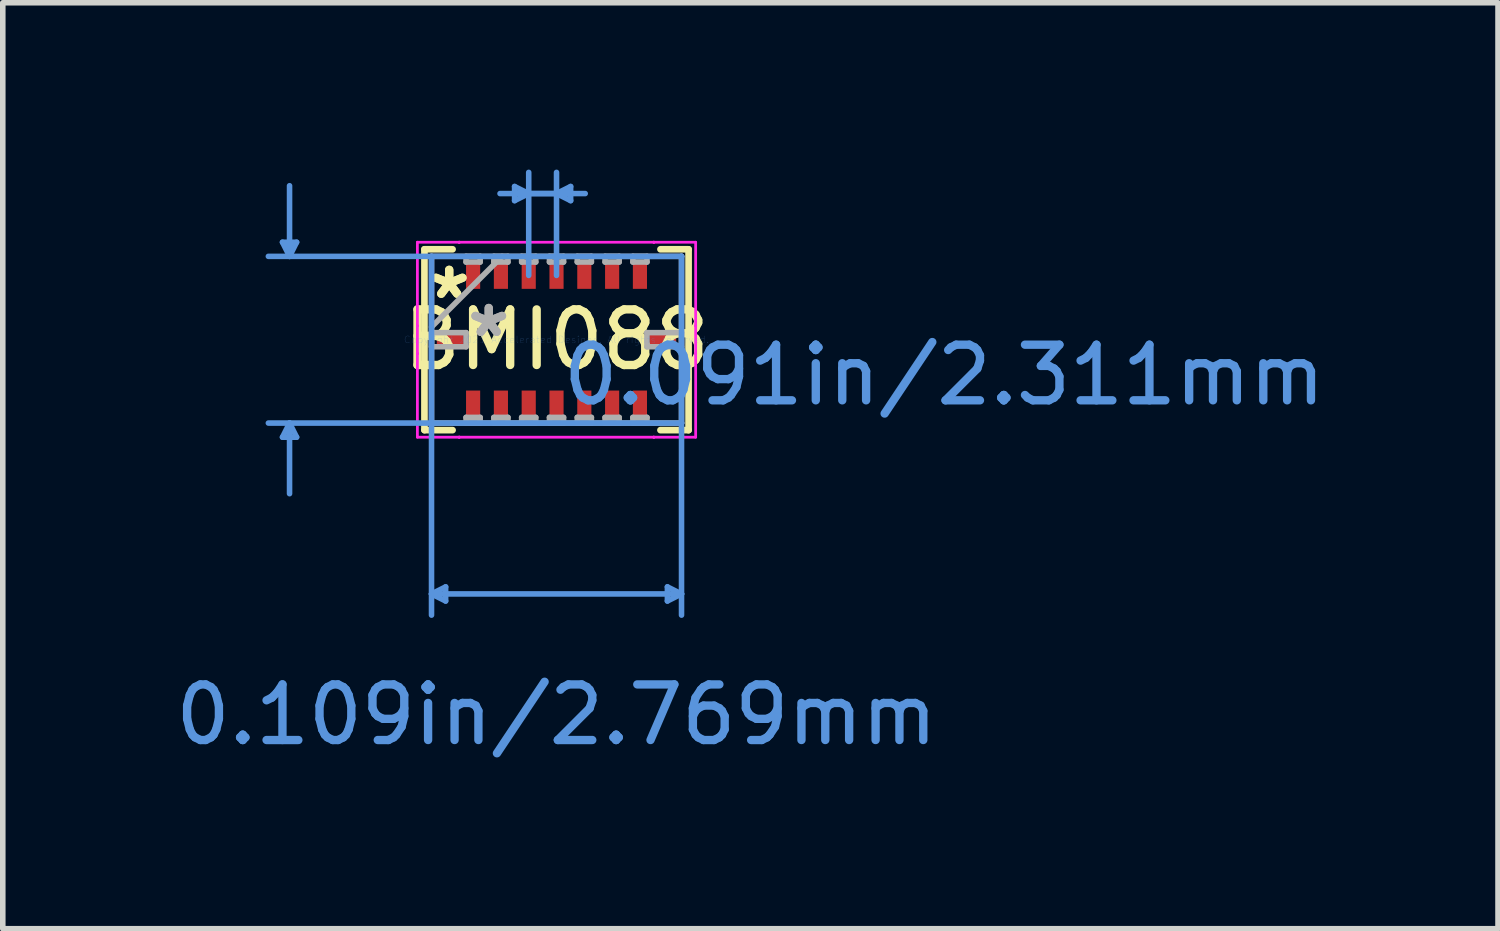
<source format=kicad_pcb>
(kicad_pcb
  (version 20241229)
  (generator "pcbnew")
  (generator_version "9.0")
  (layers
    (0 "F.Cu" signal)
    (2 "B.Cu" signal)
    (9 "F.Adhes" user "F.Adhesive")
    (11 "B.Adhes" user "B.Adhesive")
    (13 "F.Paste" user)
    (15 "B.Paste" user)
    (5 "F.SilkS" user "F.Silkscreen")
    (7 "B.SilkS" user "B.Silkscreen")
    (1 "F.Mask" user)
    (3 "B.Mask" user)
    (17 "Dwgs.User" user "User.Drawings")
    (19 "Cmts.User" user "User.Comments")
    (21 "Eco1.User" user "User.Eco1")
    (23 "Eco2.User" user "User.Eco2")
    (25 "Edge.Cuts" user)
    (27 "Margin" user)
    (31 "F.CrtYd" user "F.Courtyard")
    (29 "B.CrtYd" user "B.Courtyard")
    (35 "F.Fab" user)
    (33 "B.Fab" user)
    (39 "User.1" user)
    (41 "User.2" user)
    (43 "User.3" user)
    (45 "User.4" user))
  (footprint "BMI088"
    (layer "F.Cu")
    (at 6.958 3.059)
    (property "Reference" "BMI088" (at 0 0 0) (layer "F.SilkS") (effects (font (size 1 1) (thickness 0.15))))
    (attr through_hole)
    (fp_line (start -2.375 -1.626) (end -2.375 1.626) (stroke (width 0.12) (type solid)) (layer "F.SilkS"))
    (fp_line (start -2.375 1.626) (end -1.869 1.626) (stroke (width 0.12) (type solid)) (layer "F.SilkS"))
    (fp_line (start -1.869 -1.626) (end -2.375 -1.626) (stroke (width 0.12) (type solid)) (layer "F.SilkS"))
    (fp_line (start 1.869 1.626) (end 2.375 1.626) (stroke (width 0.12) (type solid)) (layer "F.SilkS"))
    (fp_line (start 2.375 -1.626) (end 1.869 -1.626) (stroke (width 0.12) (type solid)) (layer "F.SilkS"))
    (fp_line (start 2.375 1.626) (end 2.375 -1.626) (stroke (width 0.12) (type solid)) (layer "F.SilkS"))
    (fp_line (start -4.928 -1.753) (end -4.674 -1.753) (stroke (width 0.1) (type solid)) (layer "Cmts.User"))
    (fp_line (start -4.928 1.753) (end -4.674 1.753) (stroke (width 0.1) (type solid)) (layer "Cmts.User"))
    (fp_line (start -4.801 -1.499) (end -4.928 -1.753) (stroke (width 0.1) (type solid)) (layer "Cmts.User"))
    (fp_line (start -4.801 -1.499) (end -4.801 -2.769) (stroke (width 0.1) (type solid)) (layer "Cmts.User"))
    (fp_line (start -4.801 -1.499) (end -4.674 -1.753) (stroke (width 0.1) (type solid)) (layer "Cmts.User"))
    (fp_line (start -4.801 1.499) (end -4.928 1.753) (stroke (width 0.1) (type solid)) (layer "Cmts.User"))
    (fp_line (start -4.801 1.499) (end -4.801 2.769) (stroke (width 0.1) (type solid)) (layer "Cmts.User"))
    (fp_line (start -4.801 1.499) (end -4.674 1.753) (stroke (width 0.1) (type solid)) (layer "Cmts.User"))
    (fp_line (start -2.248 -1.499) (end -2.248 4.953) (stroke (width 0.1) (type solid)) (layer "Cmts.User"))
    (fp_line (start -2.248 4.572) (end -1.994 4.445) (stroke (width 0.1) (type solid)) (layer "Cmts.User"))
    (fp_line (start -2.248 4.572) (end -1.994 4.699) (stroke (width 0.1) (type solid)) (layer "Cmts.User"))
    (fp_line (start -2.248 4.572) (end 2.248 4.572) (stroke (width 0.1) (type solid)) (layer "Cmts.User"))
    (fp_line (start -1.994 4.445) (end -1.994 4.699) (stroke (width 0.1) (type solid)) (layer "Cmts.User"))
    (fp_line (start -1.016 -2.628) (end -0.000005 -2.628) (stroke (width 0.1) (type solid)) (layer "Cmts.User"))
    (fp_line (start -0.754 -2.755) (end -0.754 -2.501) (stroke (width 0.1) (type solid)) (layer "Cmts.User"))
    (fp_line (start -0.754 -2.755) (end -0.5 -2.628) (stroke (width 0.1) (type solid)) (layer "Cmts.User"))
    (fp_line (start -0.754 -2.501) (end -0.5 -2.628) (stroke (width 0.1) (type solid)) (layer "Cmts.User"))
    (fp_line (start -0.5 -1.156) (end -0.5 -3.009) (stroke (width 0.1) (type solid)) (layer "Cmts.User"))
    (fp_line (start 0 -1.156) (end -0.000007 -3.009) (stroke (width 0.1) (type solid)) (layer "Cmts.User"))
    (fp_line (start 0.254 -2.755) (end -0.000005 -2.628) (stroke (width 0.1) (type solid)) (layer "Cmts.User"))
    (fp_line (start 0.254 -2.501) (end -0.000005 -2.628) (stroke (width 0.1) (type solid)) (layer "Cmts.User"))
    (fp_line (start 0.254 -2.501) (end 0.254 -2.755) (stroke (width 0.1) (type solid)) (layer "Cmts.User"))
    (fp_line (start 0.516 -2.628) (end -0.5 -2.628) (stroke (width 0.1) (type solid)) (layer "Cmts.User"))
    (fp_line (start 1.994 4.445) (end 1.994 4.699) (stroke (width 0.1) (type solid)) (layer "Cmts.User"))
    (fp_line (start 2.248 -1.499) (end -5.182 -1.499) (stroke (width 0.1) (type solid)) (layer "Cmts.User"))
    (fp_line (start 2.248 -1.499) (end 2.248 4.953) (stroke (width 0.1) (type solid)) (layer "Cmts.User"))
    (fp_line (start 2.248 1.499) (end -5.182 1.499) (stroke (width 0.1) (type solid)) (layer "Cmts.User"))
    (fp_line (start 2.248 4.572) (end 1.994 4.445) (stroke (width 0.1) (type solid)) (layer "Cmts.User"))
    (fp_line (start 2.248 4.572) (end 1.994 4.699) (stroke (width 0.1) (type solid)) (layer "Cmts.User"))
    (fp_line (start -2.502 -1.753) (end -1.75 -1.753) (stroke (width 0.05) (type solid)) (layer "F.CrtYd"))
    (fp_line (start -2.502 -0.25) (end -2.502 -1.753) (stroke (width 0.05) (type solid)) (layer "F.CrtYd"))
    (fp_line (start -2.502 -0.25) (end -2.502 -0.25) (stroke (width 0.05) (type solid)) (layer "F.CrtYd"))
    (fp_line (start -2.502 0.25) (end -2.502 -0.25) (stroke (width 0.05) (type solid)) (layer "F.CrtYd"))
    (fp_line (start -2.502 0.25) (end -2.502 0.25) (stroke (width 0.05) (type solid)) (layer "F.CrtYd"))
    (fp_line (start -2.502 0.25) (end -2.502 0.25) (stroke (width 0.05) (type solid)) (layer "F.CrtYd"))
    (fp_line (start -2.502 1.753) (end -2.502 0.25) (stroke (width 0.05) (type solid)) (layer "F.CrtYd"))
    (fp_line (start -1.75 -1.753) (end -1.75 -1.753) (stroke (width 0.05) (type solid)) (layer "F.CrtYd"))
    (fp_line (start -1.75 -1.753) (end -1.75 -1.753) (stroke (width 0.05) (type solid)) (layer "F.CrtYd"))
    (fp_line (start -1.75 -1.753) (end 1.75 -1.753) (stroke (width 0.05) (type solid)) (layer "F.CrtYd"))
    (fp_line (start -1.75 1.753) (end -2.502 1.753) (stroke (width 0.05) (type solid)) (layer "F.CrtYd"))
    (fp_line (start -1.75 1.753) (end -1.75 1.753) (stroke (width 0.05) (type solid)) (layer "F.CrtYd"))
    (fp_line (start -1.75 1.753) (end -1.75 1.753) (stroke (width 0.05) (type solid)) (layer "F.CrtYd"))
    (fp_line (start 1.75 -1.753) (end 1.75 -1.753) (stroke (width 0.05) (type solid)) (layer "F.CrtYd"))
    (fp_line (start 1.75 -1.753) (end 1.75 -1.753) (stroke (width 0.05) (type solid)) (layer "F.CrtYd"))
    (fp_line (start 1.75 -1.753) (end 2.502 -1.753) (stroke (width 0.05) (type solid)) (layer "F.CrtYd"))
    (fp_line (start 1.75 1.753) (end -1.75 1.753) (stroke (width 0.05) (type solid)) (layer "F.CrtYd"))
    (fp_line (start 1.75 1.753) (end 1.75 1.753) (stroke (width 0.05) (type solid)) (layer "F.CrtYd"))
    (fp_line (start 1.75 1.753) (end 1.75 1.753) (stroke (width 0.05) (type solid)) (layer "F.CrtYd"))
    (fp_line (start 2.502 -1.753) (end 2.502 -0.25) (stroke (width 0.05) (type solid)) (layer "F.CrtYd"))
    (fp_line (start 2.502 -0.25) (end 2.502 -0.25) (stroke (width 0.05) (type solid)) (layer "F.CrtYd"))
    (fp_line (start 2.502 -0.25) (end 2.502 -0.25) (stroke (width 0.05) (type solid)) (layer "F.CrtYd"))
    (fp_line (start 2.502 -0.25) (end 2.502 0.25) (stroke (width 0.05) (type solid)) (layer "F.CrtYd"))
    (fp_line (start 2.502 0.25) (end 2.502 0.25) (stroke (width 0.05) (type solid)) (layer "F.CrtYd"))
    (fp_line (start 2.502 0.25) (end 2.502 0.25) (stroke (width 0.05) (type solid)) (layer "F.CrtYd"))
    (fp_line (start 2.502 0.25) (end 2.502 1.753) (stroke (width 0.05) (type solid)) (layer "F.CrtYd"))
    (fp_line (start 2.502 1.753) (end 1.75 1.753) (stroke (width 0.05) (type solid)) (layer "F.CrtYd"))
    (fp_line (start -2.248 -1.499) (end -2.248 -1.499) (stroke (width 0.1) (type solid)) (layer "F.Fab"))
    (fp_line (start -2.248 -1.499) (end -2.248 1.499) (stroke (width 0.1) (type solid)) (layer "F.Fab"))
    (fp_line (start -2.248 -0.229) (end -0.978 -1.499) (stroke (width 0.1) (type solid)) (layer "F.Fab"))
    (fp_line (start -2.248 -0.127) (end -1.626 -0.127) (stroke (width 0.1) (type solid)) (layer "F.Fab"))
    (fp_line (start -2.248 0.127) (end -2.248 -0.127) (stroke (width 0.1) (type solid)) (layer "F.Fab"))
    (fp_line (start -2.248 1.499) (end -2.248 1.499) (stroke (width 0.1) (type solid)) (layer "F.Fab"))
    (fp_line (start -2.248 1.499) (end 2.248 1.499) (stroke (width 0.1) (type solid)) (layer "F.Fab"))
    (fp_line (start -1.627 -1.499) (end -1.373 -1.499) (stroke (width 0.1) (type solid)) (layer "F.Fab"))
    (fp_line (start -1.627 -1.397) (end -1.627 -1.499) (stroke (width 0.1) (type solid)) (layer "F.Fab"))
    (fp_line (start -1.627 1.397) (end -1.373 1.397) (stroke (width 0.1) (type solid)) (layer "F.Fab"))
    (fp_line (start -1.627 1.499) (end -1.627 1.397) (stroke (width 0.1) (type solid)) (layer "F.Fab"))
    (fp_line (start -1.626 -0.127) (end -1.626 0.127) (stroke (width 0.1) (type solid)) (layer "F.Fab"))
    (fp_line (start -1.626 0.127) (end -2.248 0.127) (stroke (width 0.1) (type solid)) (layer "F.Fab"))
    (fp_line (start -1.373 -1.499) (end -1.373 -1.397) (stroke (width 0.1) (type solid)) (layer "F.Fab"))
    (fp_line (start -1.373 -1.397) (end -1.627 -1.397) (stroke (width 0.1) (type solid)) (layer "F.Fab"))
    (fp_line (start -1.373 1.397) (end -1.373 1.499) (stroke (width 0.1) (type solid)) (layer "F.Fab"))
    (fp_line (start -1.373 1.499) (end -1.627 1.499) (stroke (width 0.1) (type solid)) (layer "F.Fab"))
    (fp_line (start -1.127 -1.499) (end -0.873 -1.499) (stroke (width 0.1) (type solid)) (layer "F.Fab"))
    (fp_line (start -1.127 -1.397) (end -1.127 -1.499) (stroke (width 0.1) (type solid)) (layer "F.Fab"))
    (fp_line (start -1.127 1.397) (end -0.873 1.397) (stroke (width 0.1) (type solid)) (layer "F.Fab"))
    (fp_line (start -1.127 1.499) (end -1.127 1.397) (stroke (width 0.1) (type solid)) (layer "F.Fab"))
    (fp_line (start -0.873 -1.499) (end -0.873 -1.397) (stroke (width 0.1) (type solid)) (layer "F.Fab"))
    (fp_line (start -0.873 -1.397) (end -1.127 -1.397) (stroke (width 0.1) (type solid)) (layer "F.Fab"))
    (fp_line (start -0.873 1.397) (end -0.873 1.499) (stroke (width 0.1) (type solid)) (layer "F.Fab"))
    (fp_line (start -0.873 1.499) (end -1.127 1.499) (stroke (width 0.1) (type solid)) (layer "F.Fab"))
    (fp_line (start -0.627 -1.499) (end -0.373 -1.499) (stroke (width 0.1) (type solid)) (layer "F.Fab"))
    (fp_line (start -0.627 -1.397) (end -0.627 -1.499) (stroke (width 0.1) (type solid)) (layer "F.Fab"))
    (fp_line (start -0.627 1.397) (end -0.373 1.397) (stroke (width 0.1) (type solid)) (layer "F.Fab"))
    (fp_line (start -0.627 1.499) (end -0.627 1.397) (stroke (width 0.1) (type solid)) (layer "F.Fab"))
    (fp_line (start -0.373 -1.499) (end -0.373 -1.397) (stroke (width 0.1) (type solid)) (layer "F.Fab"))
    (fp_line (start -0.373 -1.397) (end -0.627 -1.397) (stroke (width 0.1) (type solid)) (layer "F.Fab"))
    (fp_line (start -0.373 1.397) (end -0.373 1.499) (stroke (width 0.1) (type solid)) (layer "F.Fab"))
    (fp_line (start -0.373 1.499) (end -0.627 1.499) (stroke (width 0.1) (type solid)) (layer "F.Fab"))
    (fp_line (start -0.127 -1.499) (end 0.127 -1.499) (stroke (width 0.1) (type solid)) (layer "F.Fab"))
    (fp_line (start -0.127 -1.397) (end -0.127 -1.499) (stroke (width 0.1) (type solid)) (layer "F.Fab"))
    (fp_line (start -0.127 1.397) (end 0.127 1.397) (stroke (width 0.1) (type solid)) (layer "F.Fab"))
    (fp_line (start -0.127 1.499) (end -0.127 1.397) (stroke (width 0.1) (type solid)) (layer "F.Fab"))
    (fp_line (start 0.127 -1.499) (end 0.127 -1.397) (stroke (width 0.1) (type solid)) (layer "F.Fab"))
    (fp_line (start 0.127 -1.397) (end -0.127 -1.397) (stroke (width 0.1) (type solid)) (layer "F.Fab"))
    (fp_line (start 0.127 1.397) (end 0.127 1.499) (stroke (width 0.1) (type solid)) (layer "F.Fab"))
    (fp_line (start 0.127 1.499) (end -0.127 1.499) (stroke (width 0.1) (type solid)) (layer "F.Fab"))
    (fp_line (start 0.373 -1.499) (end 0.627 -1.499) (stroke (width 0.1) (type solid)) (layer "F.Fab"))
    (fp_line (start 0.373 -1.397) (end 0.373 -1.499) (stroke (width 0.1) (type solid)) (layer "F.Fab"))
    (fp_line (start 0.373 1.397) (end 0.627 1.397) (stroke (width 0.1) (type solid)) (layer "F.Fab"))
    (fp_line (start 0.373 1.499) (end 0.373 1.397) (stroke (width 0.1) (type solid)) (layer "F.Fab"))
    (fp_line (start 0.627 -1.499) (end 0.627 -1.397) (stroke (width 0.1) (type solid)) (layer "F.Fab"))
    (fp_line (start 0.627 -1.397) (end 0.373 -1.397) (stroke (width 0.1) (type solid)) (layer "F.Fab"))
    (fp_line (start 0.627 1.397) (end 0.627 1.499) (stroke (width 0.1) (type solid)) (layer "F.Fab"))
    (fp_line (start 0.627 1.499) (end 0.373 1.499) (stroke (width 0.1) (type solid)) (layer "F.Fab"))
    (fp_line (start 0.873 -1.499) (end 1.127 -1.499) (stroke (width 0.1) (type solid)) (layer "F.Fab"))
    (fp_line (start 0.873 -1.397) (end 0.873 -1.499) (stroke (width 0.1) (type solid)) (layer "F.Fab"))
    (fp_line (start 0.873 1.397) (end 1.127 1.397) (stroke (width 0.1) (type solid)) (layer "F.Fab"))
    (fp_line (start 0.873 1.499) (end 0.873 1.397) (stroke (width 0.1) (type solid)) (layer "F.Fab"))
    (fp_line (start 1.127 -1.499) (end 1.127 -1.397) (stroke (width 0.1) (type solid)) (layer "F.Fab"))
    (fp_line (start 1.127 -1.397) (end 0.873 -1.397) (stroke (width 0.1) (type solid)) (layer "F.Fab"))
    (fp_line (start 1.127 1.397) (end 1.127 1.499) (stroke (width 0.1) (type solid)) (layer "F.Fab"))
    (fp_line (start 1.127 1.499) (end 0.873 1.499) (stroke (width 0.1) (type solid)) (layer "F.Fab"))
    (fp_line (start 1.373 -1.499) (end 1.627 -1.499) (stroke (width 0.1) (type solid)) (layer "F.Fab"))
    (fp_line (start 1.373 -1.397) (end 1.373 -1.499) (stroke (width 0.1) (type solid)) (layer "F.Fab"))
    (fp_line (start 1.373 1.397) (end 1.627 1.397) (stroke (width 0.1) (type solid)) (layer "F.Fab"))
    (fp_line (start 1.373 1.499) (end 1.373 1.397) (stroke (width 0.1) (type solid)) (layer "F.Fab"))
    (fp_line (start 1.626 -0.127) (end 2.248 -0.127) (stroke (width 0.1) (type solid)) (layer "F.Fab"))
    (fp_line (start 1.626 0.127) (end 1.626 -0.127) (stroke (width 0.1) (type solid)) (layer "F.Fab"))
    (fp_line (start 1.627 -1.499) (end 1.627 -1.397) (stroke (width 0.1) (type solid)) (layer "F.Fab"))
    (fp_line (start 1.627 -1.397) (end 1.373 -1.397) (stroke (width 0.1) (type solid)) (layer "F.Fab"))
    (fp_line (start 1.627 1.397) (end 1.627 1.499) (stroke (width 0.1) (type solid)) (layer "F.Fab"))
    (fp_line (start 1.627 1.499) (end 1.373 1.499) (stroke (width 0.1) (type solid)) (layer "F.Fab"))
    (fp_line (start 2.248 -1.499) (end -2.248 -1.499) (stroke (width 0.1) (type solid)) (layer "F.Fab"))
    (fp_line (start 2.248 -1.499) (end 2.248 -1.499) (stroke (width 0.1) (type solid)) (layer "F.Fab"))
    (fp_line (start 2.248 -0.127) (end 2.248 0.127) (stroke (width 0.1) (type solid)) (layer "F.Fab"))
    (fp_line (start 2.248 0.127) (end 1.626 0.127) (stroke (width 0.1) (type solid)) (layer "F.Fab"))
    (fp_line (start 2.248 1.499) (end 2.248 -1.499) (stroke (width 0.1) (type solid)) (layer "F.Fab"))
    (fp_line (start 2.248 1.499) (end 2.248 1.499) (stroke (width 0.1) (type solid)) (layer "F.Fab"))
    (fp_text user "*" (at -1.93 -0.711 0) (layer "F.SilkS") (effects (font (size 1 1) (thickness 0.15))))
    (fp_text user "*" (at -1.93 -0.711 0) (layer "F.SilkS") (effects (font (size 1 1) (thickness 0.15))))
    (fp_text user "0.091in/2.311mm" (at 6.972 0.635 0) (layer "Cmts.User") (effects (font (size 1 1) (thickness 0.15))))
    (fp_text user "0.109in/2.769mm" (at 0 6.744 0) (layer "Cmts.User") (effects (font (size 1 1) (thickness 0.15))))
    (fp_text user "Copyright 2021 Accelerated Designs. All rights reserved." (at 0 0 0) (layer "Cmts.User") (effects (font (size 0.127 0.127) (thickness 0.002))))
    (fp_text user "*" (at -1.219 -0.025 0) (layer "F.Fab") (effects (font (size 1 1) (thickness 0.15))))
    (fp_text user "*" (at -1.219 -0.025 0) (layer "F.Fab") (effects (font (size 1 1) (thickness 0.15))))
    (pad "1" smd rect (at -1.5 -1.156) (size 0.254 0.483) (layers "F.Cu" "F.Mask" "F.Paste"))
    (pad "2" smd rect (at -1 -1.156) (size 0.254 0.483) (layers "F.Cu" "F.Mask" "F.Paste"))
    (pad "3" smd rect (at -0.5 -1.156) (size 0.254 0.483) (layers "F.Cu" "F.Mask" "F.Paste"))
    (pad "4" smd rect (at 0 -1.156) (size 0.254 0.483) (layers "F.Cu" "F.Mask" "F.Paste"))
    (pad "5" smd rect (at 0.5 -1.156) (size 0.254 0.483) (layers "F.Cu" "F.Mask" "F.Paste"))
    (pad "6" smd rect (at 1 -1.156) (size 0.254 0.483) (layers "F.Cu" "F.Mask" "F.Paste"))
    (pad "7" smd rect (at 1.5 -1.156) (size 0.254 0.483) (layers "F.Cu" "F.Mask" "F.Paste"))
    (pad "8" smd rect (at 1.911 0 90) (size 0.254 0.483) (layers "F.Cu" "F.Mask" "F.Paste"))
    (pad "9" smd rect (at 1.5 1.156) (size 0.254 0.483) (layers "F.Cu" "F.Mask" "F.Paste"))
    (pad "10" smd rect (at 1 1.156) (size 0.254 0.483) (layers "F.Cu" "F.Mask" "F.Paste"))
    (pad "11" smd rect (at 0.5 1.156) (size 0.254 0.483) (layers "F.Cu" "F.Mask" "F.Paste"))
    (pad "12" smd rect (at 0 1.156) (size 0.254 0.483) (layers "F.Cu" "F.Mask" "F.Paste"))
    (pad "13" smd rect (at -0.5 1.156) (size 0.254 0.483) (layers "F.Cu" "F.Mask" "F.Paste"))
    (pad "14" smd rect (at -1 1.156) (size 0.254 0.483) (layers "F.Cu" "F.Mask" "F.Paste"))
    (pad "15" smd rect (at -1.5 1.156) (size 0.254 0.483) (layers "F.Cu" "F.Mask" "F.Paste"))
    (pad "16" smd rect (at -1.911 0 90) (size 0.254 0.483) (layers "F.Cu" "F.Mask" "F.Paste")))
  (gr_rect
    (start -3 -3)
    (end 23.889 13.651)
    (stroke (width 0.1) (type default))
    (fill no)
    (layer "Edge.Cuts")))
</source>
